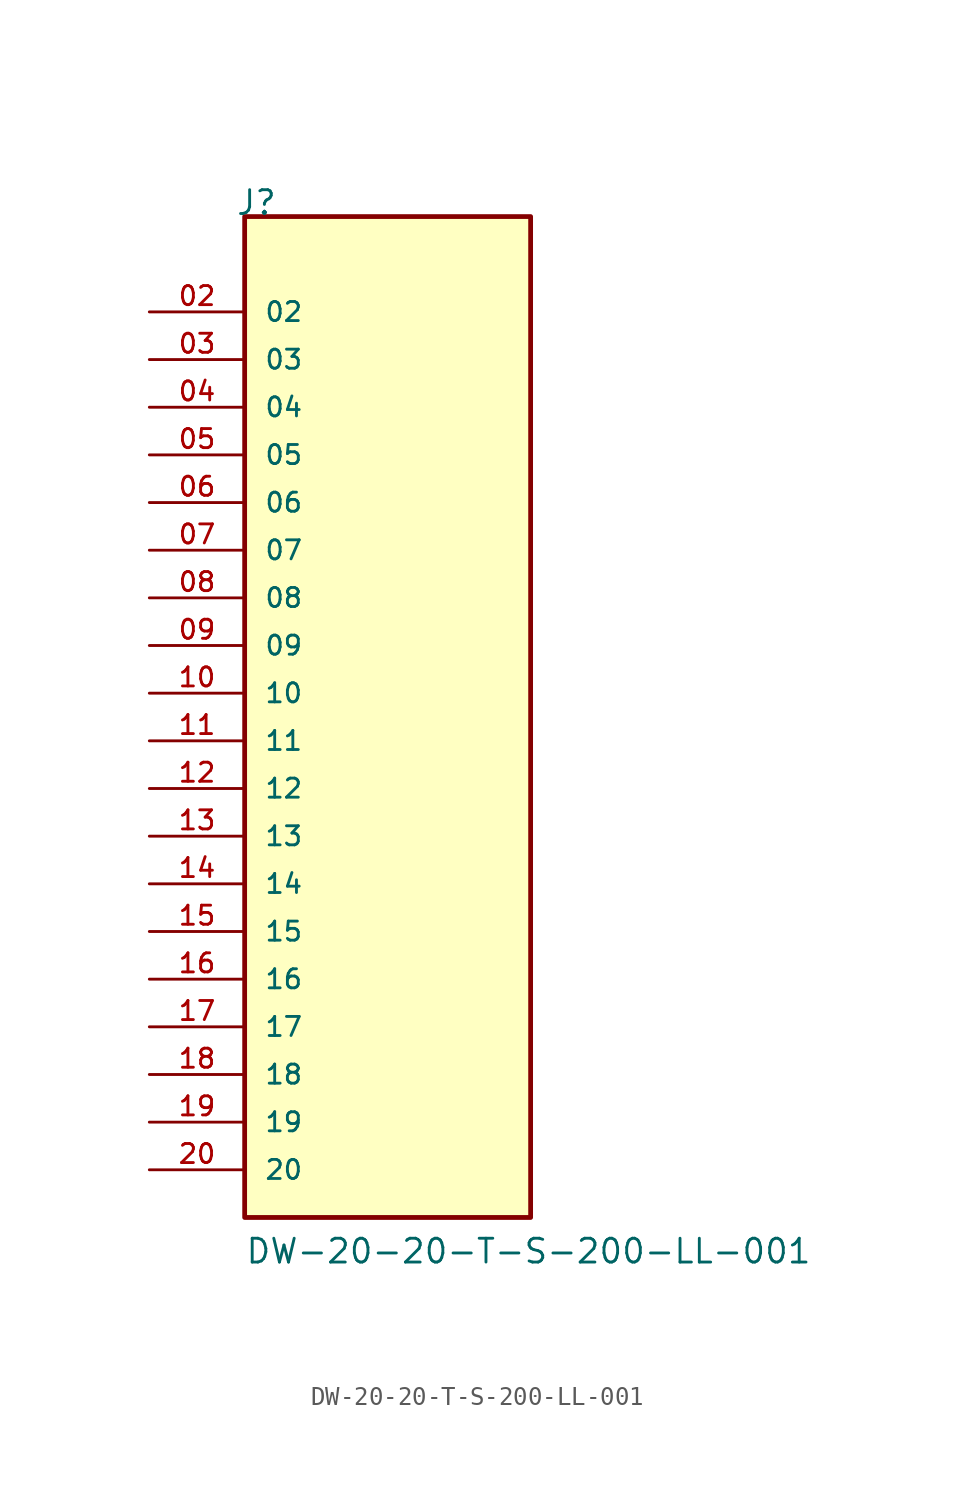
<source format=kicad_sym>
(kicad_symbol_lib
  (version 20211014)
  (generator kicad_symbol_editor)
  (symbol "DW-20-20-T-S-200-LL-001"
    (pin_names
      (offset 1.016))
    (property "Reference" "J"
      (at -8.12 27.94 0)
      (effects (font (size 1.27 1.27)) (justify bottom left)))
    (property "Value" "DW-20-20-T-S-200-LL-001"
      (at -7.62 -27.94 0)
      (effects (font (size 1.27 1.27)) (justify bottom left)))
    (symbol "DW-20-20-T-S-200-LL-001_0_0"
      (rectangle (start -7.62 -25.4) (end 7.62 27.94) (stroke (width 0.254)) (fill (type background)))
      (pin passive line (at -12.7 22.86 0) (length 5.08) (name "02" (effects (font (size 1.016 1.016)))) (number "02" (effects (font (size 1.016 1.016)))))
      (pin passive line (at -12.7 20.32 0) (length 5.08) (name "03" (effects (font (size 1.016 1.016)))) (number "03" (effects (font (size 1.016 1.016)))))
      (pin passive line (at -12.7 17.78 0) (length 5.08) (name "04" (effects (font (size 1.016 1.016)))) (number "04" (effects (font (size 1.016 1.016)))))
      (pin passive line (at -12.7 15.24 0) (length 5.08) (name "05" (effects (font (size 1.016 1.016)))) (number "05" (effects (font (size 1.016 1.016)))))
      (pin passive line (at -12.7 12.7 0) (length 5.08) (name "06" (effects (font (size 1.016 1.016)))) (number "06" (effects (font (size 1.016 1.016)))))
      (pin passive line (at -12.7 10.16 0) (length 5.08) (name "07" (effects (font (size 1.016 1.016)))) (number "07" (effects (font (size 1.016 1.016)))))
      (pin passive line (at -12.7 7.62 0) (length 5.08) (name "08" (effects (font (size 1.016 1.016)))) (number "08" (effects (font (size 1.016 1.016)))))
      (pin passive line (at -12.7 5.08 0) (length 5.08) (name "09" (effects (font (size 1.016 1.016)))) (number "09" (effects (font (size 1.016 1.016)))))
      (pin passive line (at -12.7 2.54 0) (length 5.08) (name "10" (effects (font (size 1.016 1.016)))) (number "10" (effects (font (size 1.016 1.016)))))
      (pin passive line (at -12.7 0.0 0) (length 5.08) (name "11" (effects (font (size 1.016 1.016)))) (number "11" (effects (font (size 1.016 1.016)))))
      (pin passive line (at -12.7 -2.54 0) (length 5.08) (name "12" (effects (font (size 1.016 1.016)))) (number "12" (effects (font (size 1.016 1.016)))))
      (pin passive line (at -12.7 -5.08 0) (length 5.08) (name "13" (effects (font (size 1.016 1.016)))) (number "13" (effects (font (size 1.016 1.016)))))
      (pin passive line (at -12.7 -7.62 0) (length 5.08) (name "14" (effects (font (size 1.016 1.016)))) (number "14" (effects (font (size 1.016 1.016)))))
      (pin passive line (at -12.7 -10.16 0) (length 5.08) (name "15" (effects (font (size 1.016 1.016)))) (number "15" (effects (font (size 1.016 1.016)))))
      (pin passive line (at -12.7 -12.7 0) (length 5.08) (name "16" (effects (font (size 1.016 1.016)))) (number "16" (effects (font (size 1.016 1.016)))))
      (pin passive line (at -12.7 -15.24 0) (length 5.08) (name "17" (effects (font (size 1.016 1.016)))) (number "17" (effects (font (size 1.016 1.016)))))
      (pin passive line (at -12.7 -17.78 0) (length 5.08) (name "18" (effects (font (size 1.016 1.016)))) (number "18" (effects (font (size 1.016 1.016)))))
      (pin passive line (at -12.7 -20.32 0) (length 5.08) (name "19" (effects (font (size 1.016 1.016)))) (number "19" (effects (font (size 1.016 1.016)))))
      (pin passive line (at -12.7 -22.86 0) (length 5.08) (name "20" (effects (font (size 1.016 1.016)))) (number "20" (effects (font (size 1.016 1.016))))))))
</source>
